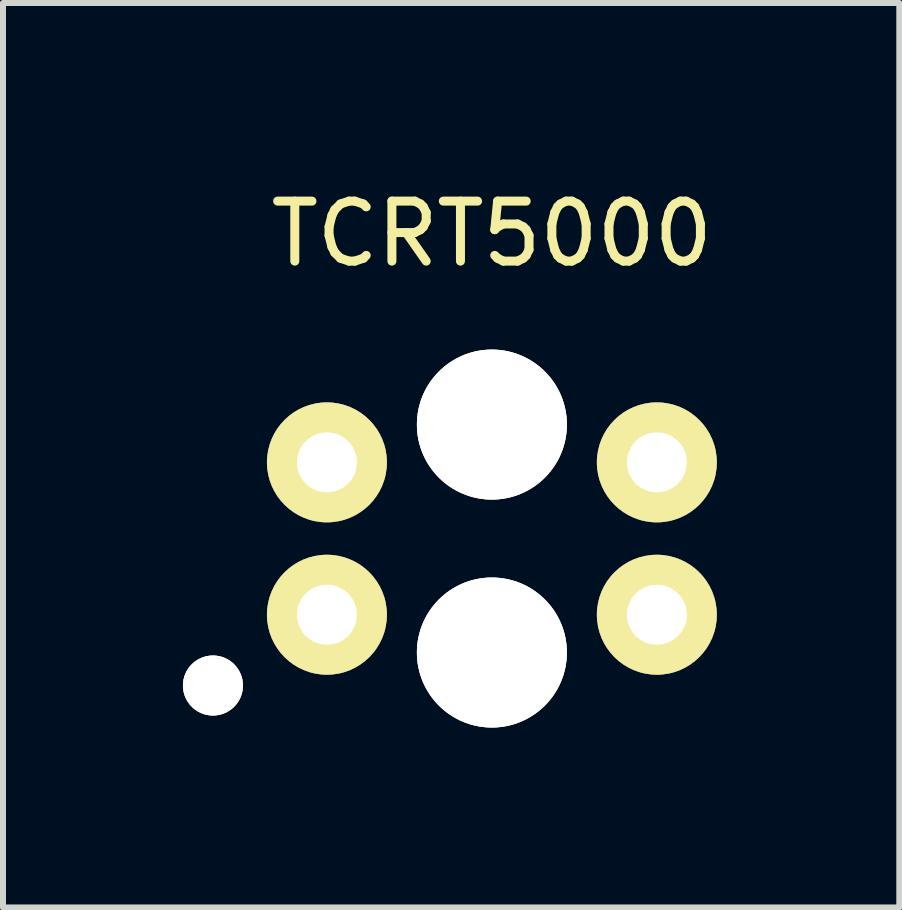
<source format=kicad_pcb>
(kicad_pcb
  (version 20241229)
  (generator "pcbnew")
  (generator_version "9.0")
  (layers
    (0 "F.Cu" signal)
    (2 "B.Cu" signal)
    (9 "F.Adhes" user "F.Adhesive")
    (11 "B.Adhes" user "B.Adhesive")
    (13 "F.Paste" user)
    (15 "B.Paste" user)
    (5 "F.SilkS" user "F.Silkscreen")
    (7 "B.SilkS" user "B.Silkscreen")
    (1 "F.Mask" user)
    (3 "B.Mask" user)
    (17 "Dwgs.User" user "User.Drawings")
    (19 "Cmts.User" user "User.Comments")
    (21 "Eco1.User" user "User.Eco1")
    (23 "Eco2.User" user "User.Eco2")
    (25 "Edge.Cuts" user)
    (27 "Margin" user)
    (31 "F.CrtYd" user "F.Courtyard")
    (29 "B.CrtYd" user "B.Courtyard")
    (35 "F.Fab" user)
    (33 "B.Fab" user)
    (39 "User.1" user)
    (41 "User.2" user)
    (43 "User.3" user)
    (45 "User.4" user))
  (footprint "TCRT5000"
    (layer "F.Cu")
    (at 5.15 5.928)
    (property "Reference" "TCRT5000" (at 0 -5.08 0) (layer "F.SilkS") (effects (font (size 1 1) (thickness 0.15))))
    (attr through_hole)
    (pad "1" thru_hole circle (at 2.75 -1.27) (size 2 2) (drill 1) (layers "*.Cu" "*.Mask" "F.SilkS"))
    (pad "2" thru_hole circle (at 2.75 1.27) (size 2 2) (drill 1) (layers "*.Cu" "*.Mask" "F.SilkS"))
    (pad "3" thru_hole circle (at -2.75 -1.27) (size 2 2) (drill 1) (layers "*.Cu" "*.Mask" "F.SilkS"))
    (pad "4" thru_hole circle (at -2.75 1.27) (size 2 2) (drill 1) (layers "*.Cu" "*.Mask" "F.SilkS"))
    (pad "hole" thru_hole circle (at -4.65 2.45) (size 1 1) (drill 1) (layers "*.Cu" "*.Mask" "F.SilkS"))
    (pad "hole" thru_hole circle (at 0 -1.9) (size 2.5 2.5) (drill 2.5) (layers "*.Cu" "*.Mask" "F.SilkS"))
    (pad "hole" thru_hole circle (at 0 1.9) (size 2.5 2.5) (drill 2.5) (layers "*.Cu" "*.Mask" "F.SilkS")))
  (gr_rect
    (start -3 -3)
    (end 11.942 12.078)
    (stroke (width 0.1) (type default))
    (fill no)
    (layer "Edge.Cuts")))
</source>
